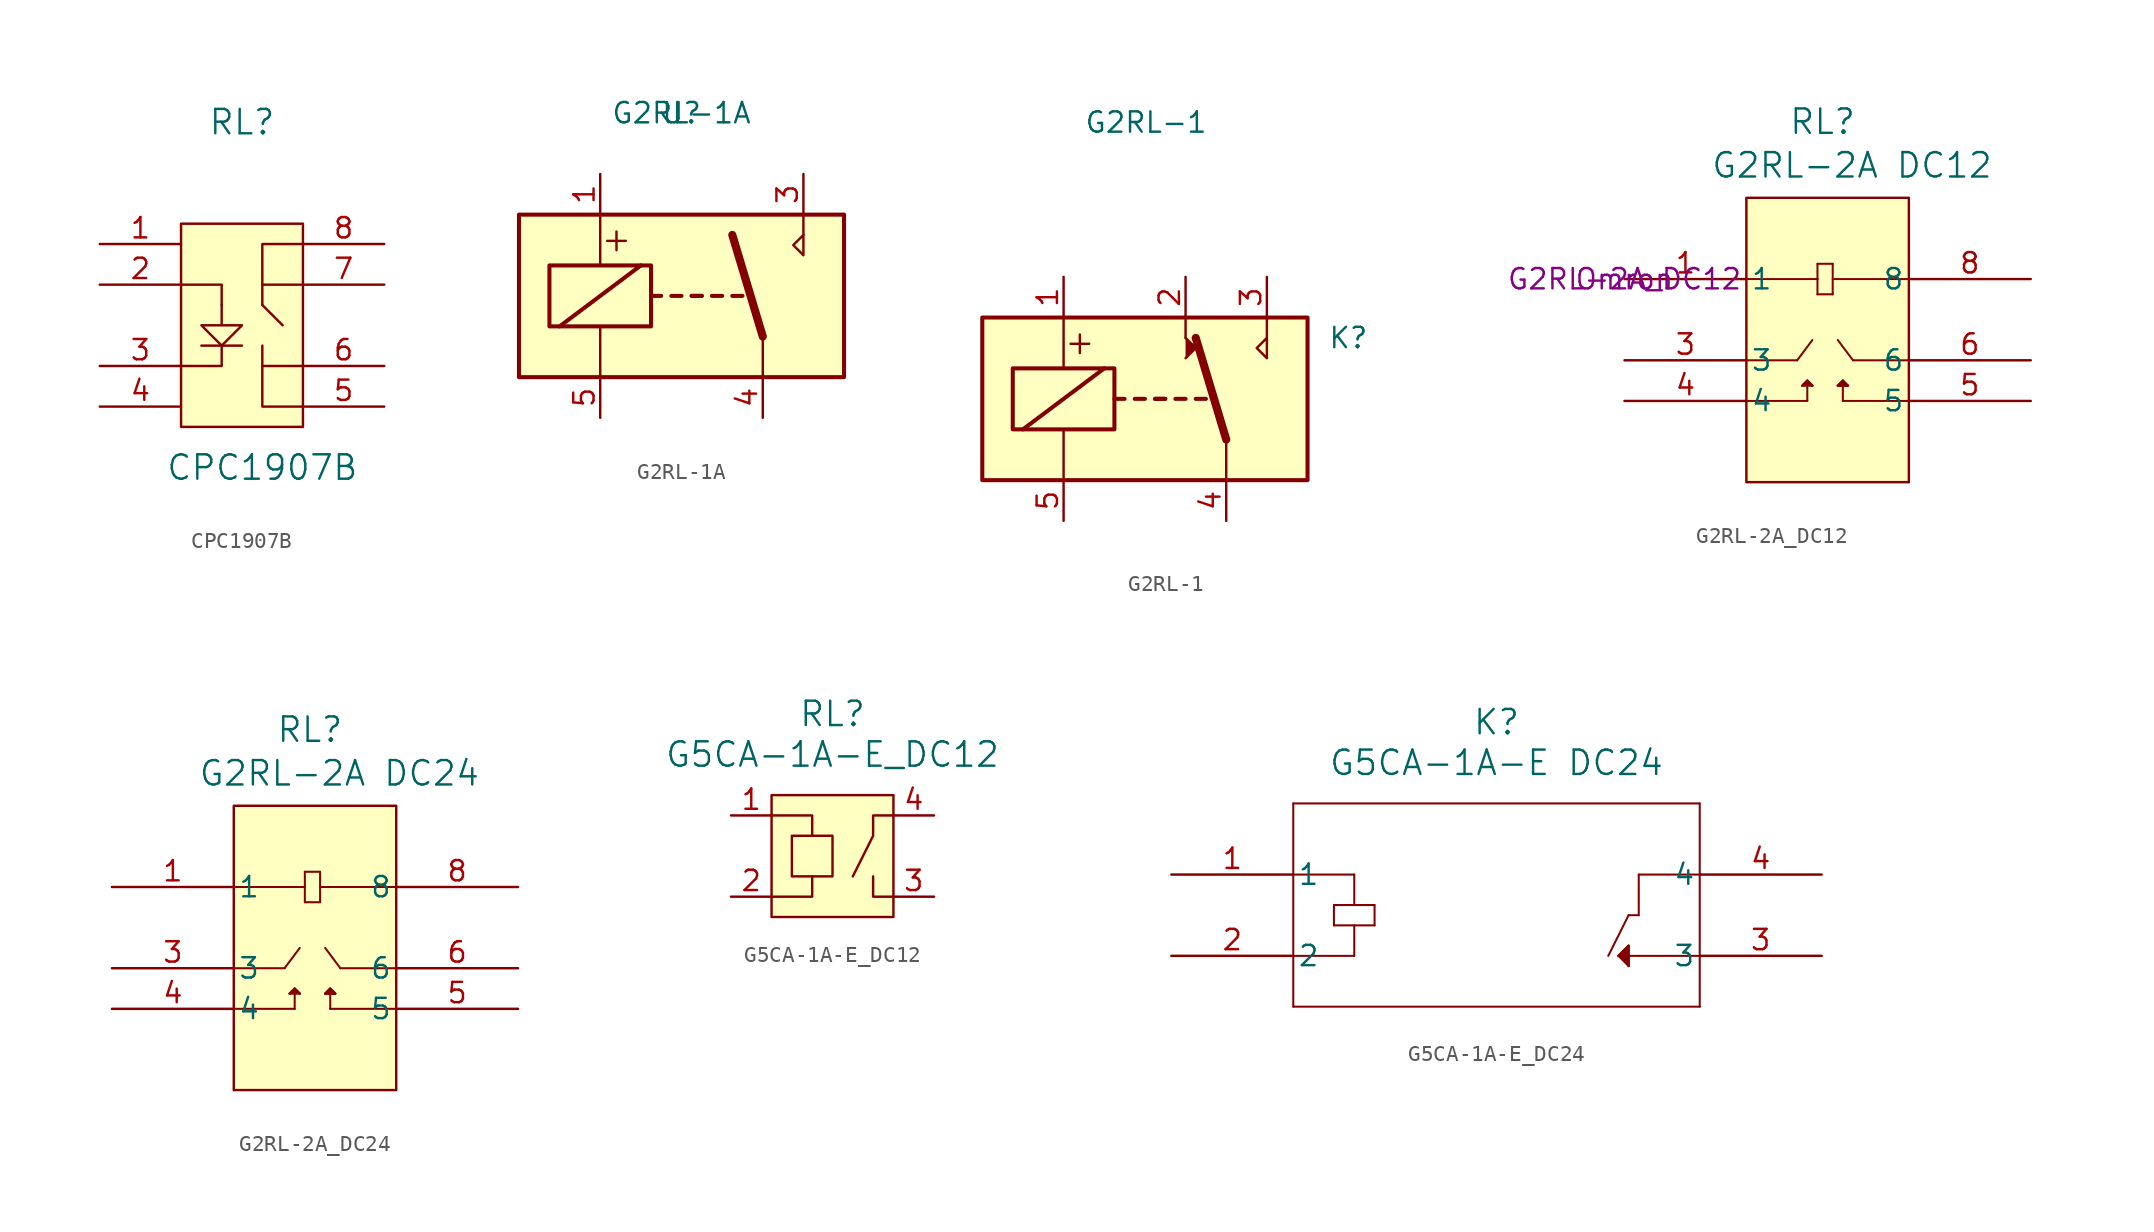
<source format=kicad_sym>
(kicad_symbol_lib
  (version 20231120)
  (generator "kicad_symbol_editor")
  (generator_version "8.0")
  (symbol "CPC1907B"
    (pin_names
      (offset 1.016))
    (property "Reference" "RL"
      (at 0 19.05 0)
      (effects (font (size 1.524 1.524))))
    (property "Value" "CPC1907B"
      (at 1.27 -2.54 0)
      (effects (font (size 1.524 1.524))))
    (symbol "CPC1907B_0_1"
      (rectangle (start -3.81 12.7) (end 3.81 0) (stroke (width 0) (type default)) (fill (type background)))
      (polyline (pts (xy 0 5.08) (xy -2.54 5.08)) (stroke (width 0) (type default)) (fill (type none)))
      (polyline (pts (xy 1.27 7.62) (xy 2.54 6.35)) (stroke (width 0) (type default)) (fill (type none)))
      (polyline (pts (xy 1.27 8.89) (xy 1.27 7.62)) (stroke (width 0) (type default)) (fill (type none)))
      (polyline (pts (xy -1.27 5.08) (xy -1.27 3.81) (xy -3.81 3.81)) (stroke (width 0) (type default)) (fill (type none)))
      (polyline (pts (xy -1.27 7.62) (xy -1.27 8.89) (xy -3.81 8.89)) (stroke (width 0) (type default)) (fill (type none)))
      (polyline (pts (xy 1.27 3.81) (xy 1.27 1.27) (xy 3.81 1.27)) (stroke (width 0) (type default)) (fill (type none)))
      (polyline (pts (xy 1.27 5.08) (xy 1.27 3.81) (xy 3.81 3.81)) (stroke (width 0) (type default)) (fill (type none)))
      (polyline (pts (xy 3.81 11.43) (xy 1.27 11.43) (xy 1.27 8.89) (xy 3.81 8.89)) (stroke (width 0) (type default)) (fill (type none)))
      (polyline (pts (xy -1.27 7.62) (xy -1.27 6.35) (xy -2.54 6.35) (xy -1.27 5.08) (xy 0 6.35) (xy -1.27 6.35)) (stroke (width 0) (type default)) (fill (type none))))
    (symbol "CPC1907B_1_1"
      (pin input line (at -8.89 11.43 0) (length 5.08) (name "~" (effects (font (size 1.27 1.27)))) (number "1" (effects (font (size 1.27 1.27)))))
      (pin input line (at -8.89 8.89 0) (length 5.08) (name "~" (effects (font (size 1.27 1.27)))) (number "2" (effects (font (size 1.27 1.27)))))
      (pin input line (at -8.89 3.81 0) (length 5.08) (name "~" (effects (font (size 1.27 1.27)))) (number "3" (effects (font (size 1.27 1.27)))))
      (pin input line (at -8.89 1.27 0) (length 5.08) (name "~" (effects (font (size 1.27 1.27)))) (number "4" (effects (font (size 1.27 1.27)))))
      (pin input line (at 8.89 1.27 180) (length 5.08) (name "~" (effects (font (size 1.27 1.27)))) (number "5" (effects (font (size 1.27 1.27)))))
      (pin input line (at 8.89 3.81 180) (length 5.08) (name "~" (effects (font (size 1.27 1.27)))) (number "6" (effects (font (size 1.27 1.27)))))
      (pin input line (at 8.89 8.89 180) (length 5.08) (name "~" (effects (font (size 1.27 1.27)))) (number "7" (effects (font (size 1.27 1.27)))))
      (pin input line (at 8.89 11.43 180) (length 5.08) (name "~" (effects (font (size 1.27 1.27)))) (number "8" (effects (font (size 1.27 1.27)))))))
  (symbol "G2RL-1A"
    (pin_names
      (offset 1.016))
    (property "Reference" "U"
      (at 0 0 0)
      (effects (font (size 1.27 1.27))))
    (property "Value" "G2RL-1A"
      (at 0 0 0)
      (effects (font (size 1.27 1.27))))
    (symbol "G2RL-1A_1_0"
      (polyline (pts (xy 7.62 -7.62) (xy 7.62 -6.35)) (stroke (width 0) (type default)) (fill (type none)))
      (polyline (pts (xy 7.62 -7.62) (xy 7.62 -8.89) (xy 6.985 -8.255) (xy 7.62 -7.62)) (stroke (width 0) (type default)) (fill (type none)))
      (text "+" (at -4.064 -7.874 0) (effects (font (size 1.524 1.524)))))
    (symbol "G2RL-1A_1_1"
      (rectangle (start -10.16 -6.35) (end 10.16 -16.51) (stroke (width 0.254) (type default)) (fill (type background)))
      (rectangle (start -8.255 -9.525) (end -1.905 -13.335) (stroke (width 0.254) (type default)) (fill (type none)))
      (polyline (pts (xy -7.62 -13.335) (xy -2.54 -9.525)) (stroke (width 0.254) (type default)) (fill (type none)))
      (polyline (pts (xy -5.08 -16.51) (xy -5.08 -13.335)) (stroke (width 0) (type default)) (fill (type none)))
      (polyline (pts (xy -5.08 -6.35) (xy -5.08 -9.525)) (stroke (width 0) (type default)) (fill (type none)))
      (polyline (pts (xy -1.905 -11.43) (xy -1.27 -11.43)) (stroke (width 0.254) (type default)) (fill (type none)))
      (polyline (pts (xy -0.635 -11.43) (xy 0 -11.43)) (stroke (width 0.254) (type default)) (fill (type none)))
      (polyline (pts (xy 0.635 -11.43) (xy 1.27 -11.43)) (stroke (width 0.254) (type default)) (fill (type none)))
      (polyline (pts (xy 0.635 -11.43) (xy 1.27 -11.43)) (stroke (width 0.254) (type default)) (fill (type none)))
      (polyline (pts (xy 1.905 -11.43) (xy 2.54 -11.43)) (stroke (width 0.254) (type default)) (fill (type none)))
      (polyline (pts (xy 3.175 -11.43) (xy 3.81 -11.43)) (stroke (width 0.254) (type default)) (fill (type none)))
      (polyline (pts (xy 5.08 -13.97) (xy 3.175 -7.62)) (stroke (width 0.508) (type default)) (fill (type none)))
      (polyline (pts (xy 5.08 -13.97) (xy 5.08 -16.51)) (stroke (width 0) (type default)) (fill (type none)))
      (pin passive line (at -5.08 -3.81 270) (length 2.54) (name "~" (effects (font (size 1.27 1.27)))) (number "1" (effects (font (size 1.27 1.27)))))
      (pin passive line (at 7.62 -3.81 270) (length 2.54) (name "~" (effects (font (size 1.27 1.27)))) (number "3" (effects (font (size 1.27 1.27)))))
      (pin passive line (at 5.08 -19.05 90) (length 2.54) (name "~" (effects (font (size 1.27 1.27)))) (number "4" (effects (font (size 1.27 1.27)))))
      (pin passive line (at -5.08 -19.05 90) (length 2.54) (name "~" (effects (font (size 1.27 1.27)))) (number "5" (effects (font (size 1.27 1.27)))))))
  (symbol "G2RL-1"
    (pin_names
      (offset 1.016))
    (property "Reference" "K"
      (at 11.43 3.81 0)
      (effects (font (size 1.27 1.27)) (justify left)))
    (property "Value" "G2RL-1"
      (at -3.81 17.272 0)
      (effects (font (size 1.27 1.27)) (justify left)))
    (symbol "G2RL-1_0_0"
      (polyline (pts (xy 2.54 3.81) (xy 2.54 5.08)) (stroke (width 0) (type default)) (fill (type none)))
      (polyline (pts (xy 7.62 3.81) (xy 7.62 5.08)) (stroke (width 0) (type default)) (fill (type none)))
      (polyline (pts (xy 7.62 3.81) (xy 7.62 2.54) (xy 6.985 3.175) (xy 7.62 3.81)) (stroke (width 0) (type default)) (fill (type none)))
      (text "+" (at -4.064 3.556 0) (effects (font (size 1.524 1.524)))))
    (symbol "G2RL-1_0_1"
      (rectangle (start -10.16 5.08) (end 10.16 -5.08) (stroke (width 0.254) (type default)) (fill (type background)))
      (rectangle (start -8.255 1.905) (end -1.905 -1.905) (stroke (width 0.254) (type default)) (fill (type none)))
      (polyline (pts (xy -7.62 -1.905) (xy -2.54 1.905)) (stroke (width 0.254) (type default)) (fill (type none)))
      (polyline (pts (xy -5.08 -5.08) (xy -5.08 -1.905)) (stroke (width 0) (type default)) (fill (type none)))
      (polyline (pts (xy -5.08 5.08) (xy -5.08 1.905)) (stroke (width 0) (type default)) (fill (type none)))
      (polyline (pts (xy -1.905 0) (xy -1.27 0)) (stroke (width 0.254) (type default)) (fill (type none)))
      (polyline (pts (xy -0.635 0) (xy 0 0)) (stroke (width 0.254) (type default)) (fill (type none)))
      (polyline (pts (xy 0.635 0) (xy 1.27 0)) (stroke (width 0.254) (type default)) (fill (type none)))
      (polyline (pts (xy 0.635 0) (xy 1.27 0)) (stroke (width 0.254) (type default)) (fill (type none)))
      (polyline (pts (xy 1.905 0) (xy 2.54 0)) (stroke (width 0.254) (type default)) (fill (type none)))
      (polyline (pts (xy 3.175 0) (xy 3.81 0)) (stroke (width 0.254) (type default)) (fill (type none)))
      (polyline (pts (xy 5.08 -2.54) (xy 3.175 3.81)) (stroke (width 0.508) (type default)) (fill (type none)))
      (polyline (pts (xy 5.08 -2.54) (xy 5.08 -5.08)) (stroke (width 0) (type default)) (fill (type none)))
      (polyline (pts (xy 2.54 2.54) (xy 3.175 3.175) (xy 2.54 3.81)) (stroke (width 0) (type default)) (fill (type outline))))
    (symbol "G2RL-1_1_1"
      (pin passive line (at -5.08 7.62 270) (length 2.54) (name "~" (effects (font (size 1.27 1.27)))) (number "1" (effects (font (size 1.27 1.27)))))
      (pin passive line (at 2.54 7.62 270) (length 2.54) (name "~" (effects (font (size 1.27 1.27)))) (number "2" (effects (font (size 1.27 1.27)))))
      (pin passive line (at 7.62 7.62 270) (length 2.54) (name "~" (effects (font (size 1.27 1.27)))) (number "3" (effects (font (size 1.27 1.27)))))
      (pin passive line (at 5.08 -7.62 90) (length 2.54) (name "~" (effects (font (size 1.27 1.27)))) (number "4" (effects (font (size 1.27 1.27)))))
      (pin passive line (at -5.08 -7.62 90) (length 2.54) (name "~" (effects (font (size 1.27 1.27)))) (number "5" (effects (font (size 1.27 1.27)))))))
  (symbol "G2RL-2A_DC12"
    (pin_names
      (offset 0.254))
    (property "Reference" "RL"
      (at 12.383 9.842 0)
      (effects (font (size 1.524 1.524))))
    (property "Value" "G2RL-2A DC12"
      (at 14.224 7.112 0)
      (effects (font (size 1.524 1.524))))
    (property "Manufacturer" "Omron"
      (at 0 0 0)
      (effects (font (size 1.27 1.27))))
    (property "Manufacturer Part Number" "G2RL-2A_DC12"
      (at 0 0 0)
      (effects (font (size 1.27 1.27))))
    (symbol "G2RL-2A_DC12_0_1"
      (polyline (pts (xy 7.62 -7.62) (xy 11.43 -7.62)) (stroke (width 0.127) (type default)) (fill (type none)))
      (polyline (pts (xy 7.62 -5.08) (xy 10.795 -5.08)) (stroke (width 0.127) (type default)) (fill (type none)))
      (polyline (pts (xy 7.62 0) (xy 12.065 0)) (stroke (width 0.127) (type default)) (fill (type none)))
      (polyline (pts (xy 10.795 -5.08) (xy 11.748 -3.81)) (stroke (width 0.127) (type default)) (fill (type none)))
      (polyline (pts (xy 11.113 -6.668) (xy 11.43 -6.35)) (stroke (width 0.127) (type default)) (fill (type none)))
      (polyline (pts (xy 11.113 -6.668) (xy 11.748 -6.668)) (stroke (width 0.127) (type default)) (fill (type none)))
      (polyline (pts (xy 11.43 -7.62) (xy 11.43 -6.668)) (stroke (width 0.127) (type default)) (fill (type none)))
      (polyline (pts (xy 11.748 -6.668) (xy 11.43 -6.35)) (stroke (width 0.127) (type default)) (fill (type none)))
      (polyline (pts (xy 12.065 -0.953) (xy 13.018 -0.953)) (stroke (width 0.127) (type default)) (fill (type none)))
      (polyline (pts (xy 12.065 0) (xy 12.065 -0.953)) (stroke (width 0.127) (type default)) (fill (type none)))
      (polyline (pts (xy 12.065 0.953) (xy 12.065 0)) (stroke (width 0.127) (type default)) (fill (type none)))
      (polyline (pts (xy 13.018 -0.953) (xy 13.018 0.953)) (stroke (width 0.127) (type default)) (fill (type none)))
      (polyline (pts (xy 13.018 0) (xy 17.78 0)) (stroke (width 0.127) (type default)) (fill (type none)))
      (polyline (pts (xy 13.018 0.953) (xy 12.065 0.953)) (stroke (width 0.127) (type default)) (fill (type none)))
      (polyline (pts (xy 13.335 -6.668) (xy 13.97 -6.668)) (stroke (width 0.127) (type default)) (fill (type none)))
      (polyline (pts (xy 13.652 -7.62) (xy 13.652 -6.668)) (stroke (width 0.127) (type default)) (fill (type none)))
      (polyline (pts (xy 13.652 -7.62) (xy 17.78 -7.62)) (stroke (width 0.127) (type default)) (fill (type none)))
      (polyline (pts (xy 13.652 -6.35) (xy 13.335 -6.668)) (stroke (width 0.127) (type default)) (fill (type none)))
      (polyline (pts (xy 13.652 -6.35) (xy 13.97 -6.668)) (stroke (width 0.127) (type default)) (fill (type none)))
      (polyline (pts (xy 14.287 -5.08) (xy 13.335 -3.81)) (stroke (width 0.127) (type default)) (fill (type none)))
      (polyline (pts (xy 14.287 -5.08) (xy 17.78 -5.08)) (stroke (width 0.127) (type default)) (fill (type none)))
      (polyline (pts (xy 11.113 -6.668) (xy 11.43 -6.35) (xy 11.748 -6.668)) (stroke (width 0) (type default)) (fill (type outline)))
      (polyline (pts (xy 13.652 -6.668) (xy 13.652 -6.35) (xy 13.335 -6.668) (xy 13.97 -6.668) (xy 13.652 -6.35)) (stroke (width 0) (type default)) (fill (type outline)))
      (pin passive line (at 0 0 0) (length 7.62) (name "1" (effects (font (size 1.27 1.27)))) (number "1" (effects (font (size 1.27 1.27)))))
      (pin passive line (at 0 -5.08 0) (length 7.62) (name "3" (effects (font (size 1.27 1.27)))) (number "3" (effects (font (size 1.27 1.27)))))
      (pin passive line (at 0 -7.62 0) (length 7.62) (name "4" (effects (font (size 1.27 1.27)))) (number "4" (effects (font (size 1.27 1.27)))))
      (pin passive line (at 25.4 -7.62 180) (length 7.62) (name "5" (effects (font (size 1.27 1.27)))) (number "5" (effects (font (size 1.27 1.27)))))
      (pin passive line (at 25.4 -5.08 180) (length 7.62) (name "6" (effects (font (size 1.27 1.27)))) (number "6" (effects (font (size 1.27 1.27)))))
      (pin passive line (at 25.4 0 180) (length 7.62) (name "8" (effects (font (size 1.27 1.27)))) (number "8" (effects (font (size 1.27 1.27))))))
    (symbol "G2RL-2A_DC12_1_1"
      (rectangle (start 7.62 5.08) (end 17.78 -12.7) (stroke (width 0) (type default)) (fill (type color) (color 255 255 194 1)))))
  (symbol "G2RL-2A_DC24"
    (pin_names
      (offset 0.254))
    (property "Reference" "RL"
      (at 12.383 9.842 0)
      (effects (font (size 1.524 1.524))))
    (property "Value" "G2RL-2A DC24"
      (at 14.224 7.112 0)
      (effects (font (size 1.524 1.524))))
    (symbol "G2RL-2A_DC24_0_1"
      (polyline (pts (xy 7.62 -7.62) (xy 11.43 -7.62)) (stroke (width 0.127) (type default)) (fill (type none)))
      (polyline (pts (xy 7.62 -5.08) (xy 10.795 -5.08)) (stroke (width 0.127) (type default)) (fill (type none)))
      (polyline (pts (xy 7.62 0) (xy 12.065 0)) (stroke (width 0.127) (type default)) (fill (type none)))
      (polyline (pts (xy 10.795 -5.08) (xy 11.748 -3.81)) (stroke (width 0.127) (type default)) (fill (type none)))
      (polyline (pts (xy 11.113 -6.668) (xy 11.43 -6.35)) (stroke (width 0.127) (type default)) (fill (type none)))
      (polyline (pts (xy 11.113 -6.668) (xy 11.748 -6.668)) (stroke (width 0.127) (type default)) (fill (type none)))
      (polyline (pts (xy 11.43 -7.62) (xy 11.43 -6.668)) (stroke (width 0.127) (type default)) (fill (type none)))
      (polyline (pts (xy 11.748 -6.668) (xy 11.43 -6.35)) (stroke (width 0.127) (type default)) (fill (type none)))
      (polyline (pts (xy 12.065 -0.953) (xy 13.018 -0.953)) (stroke (width 0.127) (type default)) (fill (type none)))
      (polyline (pts (xy 12.065 0) (xy 12.065 -0.953)) (stroke (width 0.127) (type default)) (fill (type none)))
      (polyline (pts (xy 12.065 0.953) (xy 12.065 0)) (stroke (width 0.127) (type default)) (fill (type none)))
      (polyline (pts (xy 13.018 -0.953) (xy 13.018 0.953)) (stroke (width 0.127) (type default)) (fill (type none)))
      (polyline (pts (xy 13.018 0) (xy 17.78 0)) (stroke (width 0.127) (type default)) (fill (type none)))
      (polyline (pts (xy 13.018 0.953) (xy 12.065 0.953)) (stroke (width 0.127) (type default)) (fill (type none)))
      (polyline (pts (xy 13.335 -6.668) (xy 13.97 -6.668)) (stroke (width 0.127) (type default)) (fill (type none)))
      (polyline (pts (xy 13.652 -7.62) (xy 13.652 -6.668)) (stroke (width 0.127) (type default)) (fill (type none)))
      (polyline (pts (xy 13.652 -7.62) (xy 17.78 -7.62)) (stroke (width 0.127) (type default)) (fill (type none)))
      (polyline (pts (xy 13.652 -6.35) (xy 13.335 -6.668)) (stroke (width 0.127) (type default)) (fill (type none)))
      (polyline (pts (xy 13.652 -6.35) (xy 13.97 -6.668)) (stroke (width 0.127) (type default)) (fill (type none)))
      (polyline (pts (xy 14.287 -5.08) (xy 13.335 -3.81)) (stroke (width 0.127) (type default)) (fill (type none)))
      (polyline (pts (xy 14.287 -5.08) (xy 17.78 -5.08)) (stroke (width 0.127) (type default)) (fill (type none)))
      (polyline (pts (xy 11.113 -6.668) (xy 11.43 -6.35) (xy 11.748 -6.668)) (stroke (width 0) (type default)) (fill (type outline)))
      (polyline (pts (xy 13.652 -6.668) (xy 13.652 -6.35) (xy 13.335 -6.668) (xy 13.97 -6.668) (xy 13.652 -6.35)) (stroke (width 0) (type default)) (fill (type outline)))
      (pin passive line (at 0 0 0) (length 7.62) (name "1" (effects (font (size 1.27 1.27)))) (number "1" (effects (font (size 1.27 1.27)))))
      (pin passive line (at 0 -5.08 0) (length 7.62) (name "3" (effects (font (size 1.27 1.27)))) (number "3" (effects (font (size 1.27 1.27)))))
      (pin passive line (at 0 -7.62 0) (length 7.62) (name "4" (effects (font (size 1.27 1.27)))) (number "4" (effects (font (size 1.27 1.27)))))
      (pin passive line (at 25.4 -7.62 180) (length 7.62) (name "5" (effects (font (size 1.27 1.27)))) (number "5" (effects (font (size 1.27 1.27)))))
      (pin passive line (at 25.4 -5.08 180) (length 7.62) (name "6" (effects (font (size 1.27 1.27)))) (number "6" (effects (font (size 1.27 1.27)))))
      (pin passive line (at 25.4 0 180) (length 7.62) (name "8" (effects (font (size 1.27 1.27)))) (number "8" (effects (font (size 1.27 1.27))))))
    (symbol "G2RL-2A_DC24_1_1"
      (rectangle (start 7.62 5.08) (end 17.78 -12.7) (stroke (width 0) (type default)) (fill (type color) (color 255 255 194 1)))))
  (symbol "G5CA-1A-E_DC12"
    (pin_names
      (offset 0.254))
    (property "Reference" "RL"
      (at 0 8.89 0)
      (effects (font (size 1.524 1.524))))
    (property "Value" "G5CA-1A-E_DC12"
      (at 0 6.35 0)
      (effects (font (size 1.524 1.524))))
    (symbol "G5CA-1A-E_DC12_0_1"
      (rectangle (start -3.81 2.54) (end -3.81 2.54) (stroke (width 0) (type default)) (fill (type none)))
      (rectangle (start -3.81 3.81) (end 3.81 -3.81) (stroke (width 0) (type default)) (fill (type background)))
      (polyline (pts (xy -1.27 -1.27) (xy -1.27 -2.54) (xy -3.81 -2.54)) (stroke (width 0) (type default)) (fill (type none)))
      (polyline (pts (xy 2.54 -1.27) (xy 2.54 -2.54) (xy 3.81 -2.54)) (stroke (width 0) (type default)) (fill (type none)))
      (polyline (pts (xy 3.81 2.54) (xy 2.54 2.54) (xy 2.54 1.27) (xy 1.27 -1.27)) (stroke (width 0) (type default)) (fill (type none)))
      (polyline (pts (xy -3.81 2.54) (xy -1.27 2.54) (xy -1.27 1.27) (xy -2.54 1.27) (xy -2.54 -1.27) (xy 0 -1.27) (xy 0 1.27) (xy -1.27 1.27)) (stroke (width 0) (type default)) (fill (type none))))
    (symbol "G5CA-1A-E_DC12_1_1"
      (pin passive line (at -6.35 2.54 0) (length 2.54) (name "~" (effects (font (size 1.27 1.27)))) (number "1" (effects (font (size 1.27 1.27)))))
      (pin passive line (at -6.35 -2.54 0) (length 2.54) (name "~" (effects (font (size 1.27 1.27)))) (number "2" (effects (font (size 1.27 1.27)))))
      (pin passive line (at 6.35 -2.54 180) (length 2.54) (name "~" (effects (font (size 1.27 1.27)))) (number "3" (effects (font (size 1.27 1.27)))))
      (pin passive line (at 6.35 2.54 180) (length 2.54) (name "~" (effects (font (size 1.27 1.27)))) (number "4" (effects (font (size 1.27 1.27)))))))
  (symbol "G5CA-1A-E_DC24"
    (pin_names
      (offset 0.254))
    (property "Reference" "K"
      (at 20.32 9.525 0)
      (effects (font (size 1.524 1.524))))
    (property "Value" "G5CA-1A-E DC24"
      (at 20.32 6.985 0)
      (effects (font (size 1.524 1.524))))
    (symbol "G5CA-1A-E_DC24_0_1"
      (polyline (pts (xy 7.62 -8.255) (xy 33.02 -8.255)) (stroke (width 0.127) (type default)) (fill (type none)))
      (polyline (pts (xy 7.62 -5.08) (xy 11.43 -5.08)) (stroke (width 0.127) (type default)) (fill (type none)))
      (polyline (pts (xy 7.62 0) (xy 11.43 0)) (stroke (width 0.127) (type default)) (fill (type none)))
      (polyline (pts (xy 7.62 4.445) (xy 7.62 -8.255)) (stroke (width 0.127) (type default)) (fill (type none)))
      (polyline (pts (xy 10.16 -3.175) (xy 10.16 -1.905)) (stroke (width 0.127) (type default)) (fill (type none)))
      (polyline (pts (xy 10.16 -3.175) (xy 12.7 -3.175)) (stroke (width 0.127) (type default)) (fill (type none)))
      (polyline (pts (xy 10.16 -1.905) (xy 12.7 -1.905)) (stroke (width 0.127) (type default)) (fill (type none)))
      (polyline (pts (xy 11.43 -3.175) (xy 11.43 -5.08)) (stroke (width 0.127) (type default)) (fill (type none)))
      (polyline (pts (xy 11.43 0) (xy 11.43 -1.905)) (stroke (width 0.127) (type default)) (fill (type none)))
      (polyline (pts (xy 12.7 -1.905) (xy 12.7 -3.175)) (stroke (width 0.127) (type default)) (fill (type none)))
      (polyline (pts (xy 27.94 -5.08) (xy 28.575 -4.445)) (stroke (width 0.127) (type default)) (fill (type none)))
      (polyline (pts (xy 28.575 -5.715) (xy 27.94 -5.08)) (stroke (width 0.127) (type default)) (fill (type none)))
      (polyline (pts (xy 28.575 -5.715) (xy 28.575 -4.445)) (stroke (width 0.127) (type default)) (fill (type none)))
      (polyline (pts (xy 28.575 -2.54) (xy 27.305 -5.08)) (stroke (width 0.127) (type default)) (fill (type none)))
      (polyline (pts (xy 29.21 -5.08) (xy 28.575 -5.08)) (stroke (width 0.127) (type default)) (fill (type none)))
      (polyline (pts (xy 29.21 -2.54) (xy 28.575 -2.54)) (stroke (width 0.127) (type default)) (fill (type none)))
      (polyline (pts (xy 29.21 0) (xy 29.21 -2.54)) (stroke (width 0.127) (type default)) (fill (type none)))
      (polyline (pts (xy 33.02 -8.255) (xy 33.02 4.445)) (stroke (width 0.127) (type default)) (fill (type none)))
      (polyline (pts (xy 33.02 -5.08) (xy 29.21 -5.08)) (stroke (width 0.127) (type default)) (fill (type none)))
      (polyline (pts (xy 33.02 0) (xy 29.21 0)) (stroke (width 0.127) (type default)) (fill (type none)))
      (polyline (pts (xy 33.02 4.445) (xy 7.62 4.445)) (stroke (width 0.127) (type default)) (fill (type none)))
      (polyline (pts (xy 27.94 -5.08) (xy 28.575 -4.445) (xy 28.575 -5.715)) (stroke (width 0) (type default)) (fill (type outline)))
      (pin passive line (at 0 0 0) (length 7.62) (name "1" (effects (font (size 1.27 1.27)))) (number "1" (effects (font (size 1.27 1.27)))))
      (pin passive line (at 0 -5.08 0) (length 7.62) (name "2" (effects (font (size 1.27 1.27)))) (number "2" (effects (font (size 1.27 1.27)))))
      (pin passive line (at 40.64 -5.08 180) (length 7.62) (name "3" (effects (font (size 1.27 1.27)))) (number "3" (effects (font (size 1.27 1.27)))))
      (pin passive line (at 40.64 0 180) (length 7.62) (name "4" (effects (font (size 1.27 1.27)))) (number "4" (effects (font (size 1.27 1.27))))))))
</source>
